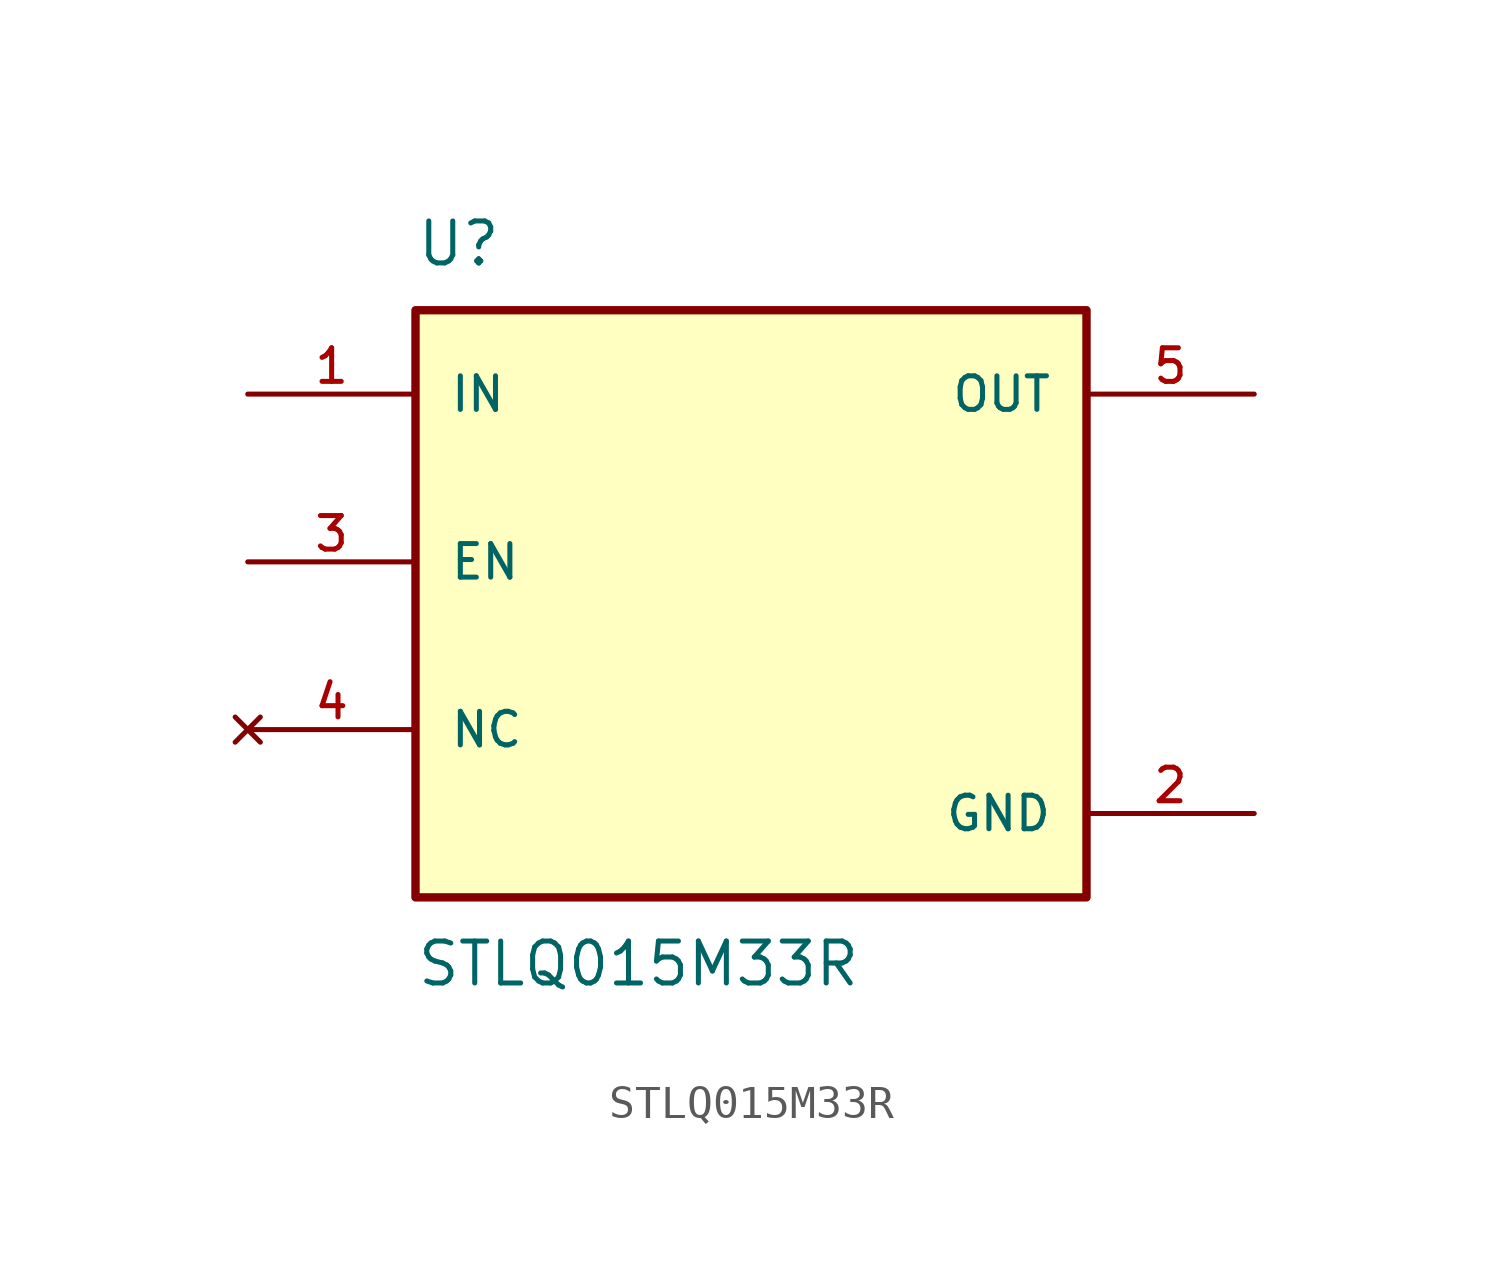
<source format=kicad_sym>
(kicad_symbol_lib
  (version 20211014)
  (generator kicad_symbol_editor)
  (symbol "STLQ015M33R"
    (pin_names
      (offset 1.016))
    (property "Reference" "U"
      (at -10.16 8.89 0)
      (effects (font (size 1.27 1.27)) (justify bottom left)))
    (property "Value" "STLQ015M33R"
      (at -10.16 -11.43 0.0)
      (effects (font (size 1.27 1.27)) (justify top left)))
    (symbol "STLQ015M33R_0_0"
      (rectangle (start -10.16 -10.16) (end 10.16 7.62) (stroke (width 0.254)) (fill (type background)))
      (pin no_connect line (at -15.24 -5.08 0) (length 5.08) (name "NC" (effects (font (size 1.016 1.016)))) (number "4" (effects (font (size 1.016 1.016)))))
      (pin power_in line (at 15.24 -7.62 180.0) (length 5.08) (name "GND" (effects (font (size 1.016 1.016)))) (number "2" (effects (font (size 1.016 1.016)))))
      (pin output line (at 15.24 5.08 180.0) (length 5.08) (name "OUT" (effects (font (size 1.016 1.016)))) (number "5" (effects (font (size 1.016 1.016)))))
      (pin input line (at -15.24 0.0 0) (length 5.08) (name "EN" (effects (font (size 1.016 1.016)))) (number "3" (effects (font (size 1.016 1.016)))))
      (pin input line (at -15.24 5.08 0) (length 5.08) (name "IN" (effects (font (size 1.016 1.016)))) (number "1" (effects (font (size 1.016 1.016))))))))
</source>
